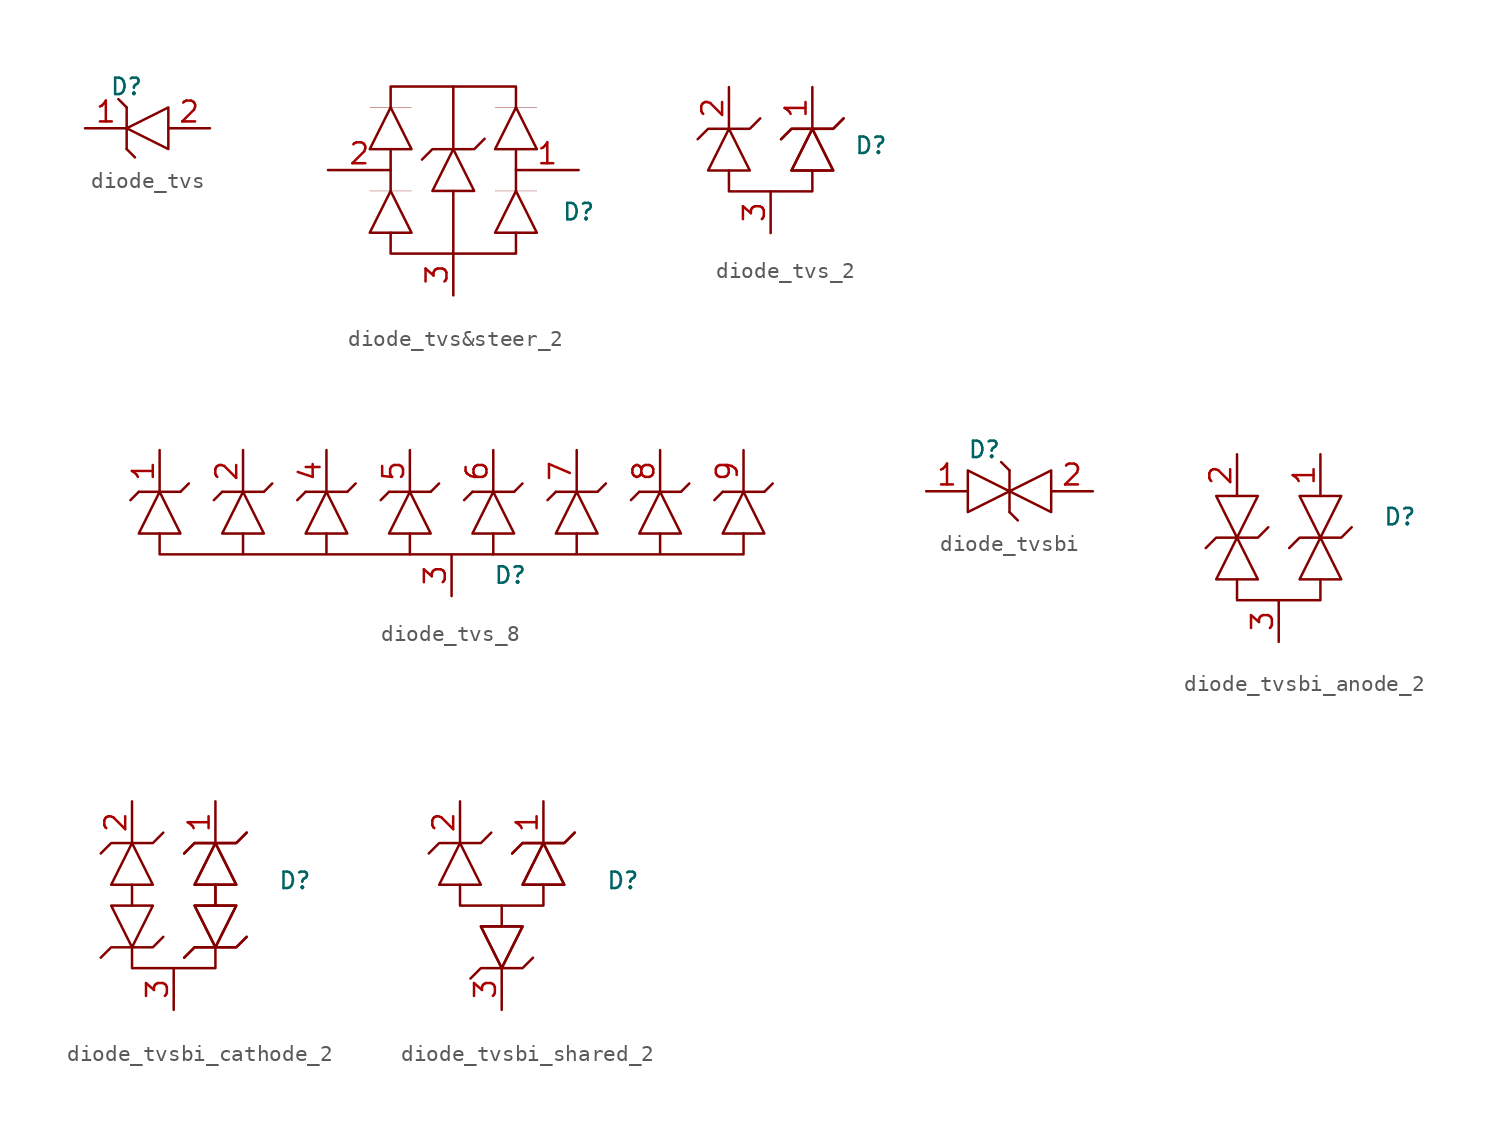
<source format=kicad_sym>
(kicad_symbol_lib
  (version 20231120)
  (generator "kicad_symbol_editor")
  (generator_version "8.0")
  (symbol "diode_tvs"
    (property "Reference" "D"
      (at -0.254 2.54 0)
      (do_not_autoplace)
      (effects (font (size 1 1)) (justify right)))
    (symbol "diode_tvs_0_1"
      (polyline (pts (xy -1.27 -1.27) (xy -0.762 -1.778)) (stroke (width 0) (type default)) (fill (type none)))
      (polyline (pts (xy -1.27 1.27) (xy -1.778 1.778)) (stroke (width 0) (type default)) (fill (type none)))
      (polyline (pts (xy -1.27 1.27) (xy -1.27 -1.27)) (stroke (width 0) (type default)) (fill (type none)))
      (polyline (pts (xy 1.27 1.27) (xy 1.27 -1.27) (xy -1.27 0) (xy 1.27 1.27)) (stroke (width 0) (type default)) (fill (type none))))
    (symbol "diode_tvs_1_1"
      (pin passive line (at -3.81 0 0) (length 2.54) (name "~" (effects (font (size 1.27 1.27)))) (number "1" (effects (font (size 1.27 1.27)))))
      (pin passive line (at 3.81 0 180) (length 2.54) (name "~" (effects (font (size 1.27 1.27)))) (number "2" (effects (font (size 1.27 1.27)))))))
  (symbol "diode_tvs&steer_2"
    (property "Reference" "D"
      (at 7.62 -2.54 0)
      (effects (font (size 1 1))))
    (symbol "diode_tvs&steer_2_0_1"
      (polyline (pts (xy -5.08 -1.27) (xy -2.54 -1.27)) (stroke (width 0.001) (type default)) (fill (type none)))
      (polyline (pts (xy -5.08 3.81) (xy -2.54 3.81)) (stroke (width 0.001) (type default)) (fill (type none)))
      (polyline (pts (xy -3.81 -1.27) (xy -3.81 1.27)) (stroke (width 0) (type default)) (fill (type none)))
      (polyline (pts (xy 0 -1.27) (xy 0 -5.08)) (stroke (width 0) (type default)) (fill (type none)))
      (polyline (pts (xy 0 1.27) (xy 0 5.08)) (stroke (width 0) (type default)) (fill (type none)))
      (polyline (pts (xy 2.54 -1.27) (xy 5.08 -1.27)) (stroke (width 0.001) (type default)) (fill (type none)))
      (polyline (pts (xy 2.54 3.81) (xy 5.08 3.81)) (stroke (width 0.001) (type default)) (fill (type none)))
      (polyline (pts (xy 3.81 -1.27) (xy 3.81 1.27)) (stroke (width 0) (type default)) (fill (type none)))
      (polyline (pts (xy -3.81 -3.81) (xy -3.81 -5.08) (xy 3.81 -5.08) (xy 3.81 -3.81)) (stroke (width 0) (type default)) (fill (type none)))
      (polyline (pts (xy -3.81 3.81) (xy -3.81 5.08) (xy 3.81 5.08) (xy 3.81 3.81)) (stroke (width 0) (type default)) (fill (type none)))
      (polyline (pts (xy -2.54 -3.81) (xy -5.08 -3.81) (xy -3.81 -1.27) (xy -2.54 -3.81)) (stroke (width 0) (type default)) (fill (type none)))
      (polyline (pts (xy -2.54 1.27) (xy -5.08 1.27) (xy -3.81 3.81) (xy -2.54 1.27)) (stroke (width 0) (type default)) (fill (type none)))
      (polyline (pts (xy -1.905 0.635) (xy -1.27 1.27) (xy 1.27 1.27) (xy 1.905 1.905)) (stroke (width 0) (type default)) (fill (type none)))
      (polyline (pts (xy 0 1.27) (xy -1.27 -1.27) (xy 1.27 -1.27) (xy 0 1.27)) (stroke (width 0) (type default)) (fill (type none)))
      (polyline (pts (xy 5.08 -3.81) (xy 2.54 -3.81) (xy 3.81 -1.27) (xy 5.08 -3.81)) (stroke (width 0) (type default)) (fill (type none)))
      (polyline (pts (xy 5.08 1.27) (xy 2.54 1.27) (xy 3.81 3.81) (xy 5.08 1.27)) (stroke (width 0) (type default)) (fill (type none))))
    (symbol "diode_tvs&steer_2_1_1"
      (pin passive line (at 7.62 0 180) (length 3.81) (name "~" (effects (font (size 1.27 1.27)))) (number "1" (effects (font (size 1.27 1.27)))))
      (pin passive line (at -7.62 0 0) (length 3.81) (name "~" (effects (font (size 1.27 1.27)))) (number "2" (effects (font (size 1.27 1.27)))))
      (pin passive line (at 0 -7.62 90) (length 2.54) (name "~" (effects (font (size 1.27 1.27)))) (number "3" (effects (font (size 1.27 1.27)))))))
  (symbol "diode_tvs_2"
    (pin_names hide)
    (property "Reference" "D"
      (at 5.08 1.524 0)
      (do_not_autoplace)
      (effects (font (size 1 1)) (justify left)))
    (symbol "diode_tvs_2_0_1"
      (polyline (pts (xy -4.445 1.905) (xy -3.81 2.54) (xy -1.27 2.54) (xy -0.635 3.175)) (stroke (width 0) (type default)) (fill (type none)))
      (polyline (pts (xy -2.54 0) (xy -2.54 -1.27) (xy 2.54 -1.27) (xy 2.54 0)) (stroke (width 0) (type default)) (fill (type none)))
      (polyline (pts (xy -2.54 2.54) (xy -3.81 0) (xy -1.27 0) (xy -2.54 2.54)) (stroke (width 0) (type default)) (fill (type none)))
      (polyline (pts (xy 0.635 1.905) (xy 1.27 2.54) (xy 3.81 2.54) (xy 4.445 3.175)) (stroke (width 0) (type default)) (fill (type none)))
      (polyline (pts (xy 0.635 1.905) (xy 1.27 2.54) (xy 3.81 2.54) (xy 4.445 3.175)) (stroke (width 0) (type default)) (fill (type none)))
      (polyline (pts (xy 2.54 2.54) (xy 1.27 0) (xy 3.81 0) (xy 2.54 2.54)) (stroke (width 0) (type default)) (fill (type none)))
      (polyline (pts (xy 2.54 2.54) (xy 1.27 0) (xy 3.81 0) (xy 2.54 2.54)) (stroke (width 0) (type default)) (fill (type none))))
    (symbol "diode_tvs_2_1_1"
      (pin passive line (at 2.54 5.08 270) (length 2.54) (name "C1" (effects (font (size 1.27 1.27)))) (number "1" (effects (font (size 1.27 1.27)))))
      (pin passive line (at -2.54 5.08 270) (length 2.54) (name "C2" (effects (font (size 1.27 1.27)))) (number "2" (effects (font (size 1.27 1.27)))))
      (pin passive line (at 0 -3.81 90) (length 2.54) (name "COM" (effects (font (size 1.27 1.27)))) (number "3" (effects (font (size 1.27 1.27)))))))
  (symbol "diode_tvs_8"
    (property "Reference" "D"
      (at 2.54 -3.81 0)
      (do_not_autoplace)
      (effects (font (size 1 1)) (justify left)))
    (symbol "diode_tvs_8_0_1"
      (polyline (pts (xy -19.05 1.27) (xy -19.558 0.762)) (stroke (width 0) (type default)) (fill (type none)))
      (polyline (pts (xy -16.51 1.27) (xy -19.05 1.27)) (stroke (width 0) (type default)) (fill (type none)))
      (polyline (pts (xy -16.51 1.27) (xy -16.002 1.778)) (stroke (width 0) (type default)) (fill (type none)))
      (polyline (pts (xy -13.97 1.27) (xy -14.478 0.762)) (stroke (width 0) (type default)) (fill (type none)))
      (polyline (pts (xy -11.43 1.27) (xy -13.97 1.27)) (stroke (width 0) (type default)) (fill (type none)))
      (polyline (pts (xy -11.43 1.27) (xy -10.922 1.778)) (stroke (width 0) (type default)) (fill (type none)))
      (polyline (pts (xy -8.89 1.27) (xy -9.398 0.762)) (stroke (width 0) (type default)) (fill (type none)))
      (polyline (pts (xy -6.35 1.27) (xy -8.89 1.27)) (stroke (width 0) (type default)) (fill (type none)))
      (polyline (pts (xy -6.35 1.27) (xy -5.842 1.778)) (stroke (width 0) (type default)) (fill (type none)))
      (polyline (pts (xy -3.81 1.27) (xy -4.318 0.762)) (stroke (width 0) (type default)) (fill (type none)))
      (polyline (pts (xy -1.27 1.27) (xy -3.81 1.27)) (stroke (width 0) (type default)) (fill (type none)))
      (polyline (pts (xy -1.27 1.27) (xy -0.762 1.778)) (stroke (width 0) (type default)) (fill (type none)))
      (polyline (pts (xy 1.27 1.27) (xy 0.762 0.762)) (stroke (width 0) (type default)) (fill (type none)))
      (polyline (pts (xy 3.81 1.27) (xy 1.27 1.27)) (stroke (width 0) (type default)) (fill (type none)))
      (polyline (pts (xy 3.81 1.27) (xy 4.318 1.778)) (stroke (width 0) (type default)) (fill (type none)))
      (polyline (pts (xy 6.35 1.27) (xy 5.842 0.762)) (stroke (width 0) (type default)) (fill (type none)))
      (polyline (pts (xy 8.89 1.27) (xy 6.35 1.27)) (stroke (width 0) (type default)) (fill (type none)))
      (polyline (pts (xy 8.89 1.27) (xy 9.398 1.778)) (stroke (width 0) (type default)) (fill (type none)))
      (polyline (pts (xy 11.43 1.27) (xy 10.922 0.762)) (stroke (width 0) (type default)) (fill (type none)))
      (polyline (pts (xy 13.97 1.27) (xy 11.43 1.27)) (stroke (width 0) (type default)) (fill (type none)))
      (polyline (pts (xy 13.97 1.27) (xy 14.478 1.778)) (stroke (width 0) (type default)) (fill (type none)))
      (polyline (pts (xy 16.51 1.27) (xy 16.002 0.762)) (stroke (width 0) (type default)) (fill (type none)))
      (polyline (pts (xy 19.05 1.27) (xy 16.51 1.27)) (stroke (width 0) (type default)) (fill (type none)))
      (polyline (pts (xy 19.05 1.27) (xy 19.558 1.778)) (stroke (width 0) (type default)) (fill (type none)))
      (polyline (pts (xy -16.51 -1.27) (xy -19.05 -1.27) (xy -17.78 1.27) (xy -16.51 -1.27)) (stroke (width 0) (type default)) (fill (type none)))
      (polyline (pts (xy -11.43 -1.27) (xy -13.97 -1.27) (xy -12.7 1.27) (xy -11.43 -1.27)) (stroke (width 0) (type default)) (fill (type none)))
      (polyline (pts (xy -6.35 -1.27) (xy -8.89 -1.27) (xy -7.62 1.27) (xy -6.35 -1.27)) (stroke (width 0) (type default)) (fill (type none)))
      (polyline (pts (xy -2.54 -1.27) (xy -2.54 -2.54) (xy 2.54 -2.54) (xy 2.54 -1.27)) (stroke (width 0) (type default)) (fill (type none)))
      (polyline (pts (xy -1.27 -1.27) (xy -3.81 -1.27) (xy -2.54 1.27) (xy -1.27 -1.27)) (stroke (width 0) (type default)) (fill (type none)))
      (polyline (pts (xy 3.81 -1.27) (xy 1.27 -1.27) (xy 2.54 1.27) (xy 3.81 -1.27)) (stroke (width 0) (type default)) (fill (type none)))
      (polyline (pts (xy 8.89 -1.27) (xy 6.35 -1.27) (xy 7.62 1.27) (xy 8.89 -1.27)) (stroke (width 0) (type default)) (fill (type none)))
      (polyline (pts (xy 13.97 -1.27) (xy 11.43 -1.27) (xy 12.7 1.27) (xy 13.97 -1.27)) (stroke (width 0) (type default)) (fill (type none)))
      (polyline (pts (xy 19.05 -1.27) (xy 16.51 -1.27) (xy 17.78 1.27) (xy 19.05 -1.27)) (stroke (width 0) (type default)) (fill (type none)))
      (polyline (pts (xy -2.54 -2.54) (xy -7.62 -2.54) (xy -7.62 -1.27) (xy -7.62 -2.54) (xy -12.7 -2.54) (xy -12.7 -1.27) (xy -12.7 -2.54) (xy -17.78 -2.54) (xy -17.78 -1.27)) (stroke (width 0) (type default)) (fill (type none)))
      (polyline (pts (xy 2.54 -2.54) (xy 7.62 -2.54) (xy 7.62 -1.27) (xy 7.62 -2.54) (xy 12.7 -2.54) (xy 12.7 -1.27) (xy 12.7 -2.54) (xy 17.78 -2.54) (xy 17.78 -1.27)) (stroke (width 0) (type default)) (fill (type none)))
      (pin passive line (at -17.78 3.81 270) (length 2.54) (name "~" (effects (font (size 1.27 1.27)))) (number "1" (effects (font (size 1.27 1.27)))))
      (pin passive line (at -12.7 3.81 270) (length 2.54) (name "~" (effects (font (size 1.27 1.27)))) (number "2" (effects (font (size 1.27 1.27)))))
      (pin passive line (at -7.62 3.81 270) (length 2.54) (name "~" (effects (font (size 1.27 1.27)))) (number "4" (effects (font (size 1.27 1.27)))))
      (pin passive line (at 2.54 3.81 270) (length 2.54) (name "~" (effects (font (size 1.27 1.27)))) (number "6" (effects (font (size 1.27 1.27)))))
      (pin passive line (at 7.62 3.81 270) (length 2.54) (name "~" (effects (font (size 1.27 1.27)))) (number "7" (effects (font (size 1.27 1.27)))))
      (pin passive line (at 12.7 3.81 270) (length 2.54) (name "~" (effects (font (size 1.27 1.27)))) (number "8" (effects (font (size 1.27 1.27)))))
      (pin passive line (at 17.78 3.81 270) (length 2.54) (name "~" (effects (font (size 1.27 1.27)))) (number "9" (effects (font (size 1.27 1.27))))))
    (symbol "diode_tvs_8_1_1"
      (pin passive line (at 0 -5.08 90) (length 2.54) (name "~" (effects (font (size 1.27 1.27)))) (number "3" (effects (font (size 1.27 1.27)))))
      (pin passive line (at -2.54 3.81 270) (length 2.54) (name "~" (effects (font (size 1.27 1.27)))) (number "5" (effects (font (size 1.27 1.27)))))))
  (symbol "diode_tvsbi"
    (pin_names hide)
    (property "Reference" "D"
      (at -0.508 2.54 0)
      (do_not_autoplace)
      (effects (font (size 1 1)) (justify right)))
    (symbol "diode_tvsbi_0_1"
      (polyline (pts (xy 0 -1.27) (xy 0.508 -1.778)) (stroke (width 0) (type default)) (fill (type none)))
      (polyline (pts (xy 0 1.27) (xy -0.508 1.778)) (stroke (width 0) (type default)) (fill (type none)))
      (polyline (pts (xy 0 1.27) (xy 0 -1.27)) (stroke (width 0) (type default)) (fill (type none)))
      (polyline (pts (xy -2.54 1.27) (xy -2.54 -1.27) (xy 0 0) (xy -2.54 1.27)) (stroke (width 0) (type default)) (fill (type none)))
      (polyline (pts (xy 2.54 1.27) (xy 2.54 -1.27) (xy 0 0) (xy 2.54 1.27)) (stroke (width 0) (type default)) (fill (type none))))
    (symbol "diode_tvsbi_1_1"
      (pin passive line (at -5.08 0 0) (length 2.54) (name "~" (effects (font (size 1.27 1.27)))) (number "1" (effects (font (size 1.27 1.27)))))
      (pin passive line (at 5.08 0 180) (length 2.54) (name "~" (effects (font (size 1.27 1.27)))) (number "2" (effects (font (size 1.27 1.27)))))))
  (symbol "diode_tvsbi_anode_2"
    (pin_names hide)
    (property "Reference" "D"
      (at 6.35 1.27 0)
      (do_not_autoplace)
      (effects (font (size 1 1)) (justify left)))
    (symbol "diode_tvsbi_anode_2_0_1"
      (polyline (pts (xy -4.445 -0.635) (xy -3.81 0) (xy -1.27 0) (xy -0.635 0.635)) (stroke (width 0) (type default)) (fill (type none)))
      (polyline (pts (xy -2.54 -2.54) (xy -2.54 -3.81) (xy 2.54 -3.81) (xy 2.54 -2.54)) (stroke (width 0) (type default)) (fill (type none)))
      (polyline (pts (xy -2.54 0) (xy -1.27 2.54) (xy -3.81 2.54) (xy -2.54 0)) (stroke (width 0) (type default)) (fill (type none)))
      (polyline (pts (xy -1.27 -2.54) (xy -3.81 -2.54) (xy -2.54 0) (xy -1.27 -2.54)) (stroke (width 0) (type default)) (fill (type none)))
      (polyline (pts (xy 0.635 -0.635) (xy 1.27 0) (xy 3.81 0) (xy 4.445 0.635)) (stroke (width 0) (type default)) (fill (type none)))
      (polyline (pts (xy 2.54 0) (xy 3.81 2.54) (xy 1.27 2.54) (xy 2.54 0)) (stroke (width 0) (type default)) (fill (type none)))
      (polyline (pts (xy 3.81 -2.54) (xy 1.27 -2.54) (xy 2.54 0) (xy 3.81 -2.54)) (stroke (width 0) (type default)) (fill (type none))))
    (symbol "diode_tvsbi_anode_2_1_1"
      (pin passive line (at 2.54 5.08 270) (length 2.54) (name "D1" (effects (font (size 1.27 1.27)))) (number "1" (effects (font (size 1.27 1.27)))))
      (pin passive line (at -2.54 5.08 270) (length 2.54) (name "D2" (effects (font (size 1.27 1.27)))) (number "2" (effects (font (size 1.27 1.27)))))
      (pin passive line (at 0 -6.35 90) (length 2.54) (name "COM" (effects (font (size 1.27 1.27)))) (number "3" (effects (font (size 1.27 1.27)))))))
  (symbol "diode_tvsbi_cathode_2"
    (property "Reference" "D"
      (at 6.35 1.524 0)
      (do_not_autoplace)
      (effects (font (size 1 1)) (justify left)))
    (symbol "diode_tvsbi_cathode_2_0_1"
      (polyline (pts (xy -2.54 1.27) (xy -2.54 0)) (stroke (width 0) (type default)) (fill (type none)))
      (polyline (pts (xy 2.54 1.27) (xy 2.54 0)) (stroke (width 0) (type default)) (fill (type none)))
      (polyline (pts (xy 2.54 1.27) (xy 2.54 0)) (stroke (width 0) (type default)) (fill (type none)))
      (polyline (pts (xy -4.445 -3.175) (xy -3.81 -2.54) (xy -1.27 -2.54) (xy -0.635 -1.905)) (stroke (width 0) (type default)) (fill (type none)))
      (polyline (pts (xy -4.445 3.175) (xy -3.81 3.81) (xy -1.27 3.81) (xy -0.635 4.445)) (stroke (width 0) (type default)) (fill (type none)))
      (polyline (pts (xy -3.81 0) (xy -1.27 0) (xy -2.54 -2.54) (xy -3.81 0)) (stroke (width 0) (type default)) (fill (type none)))
      (polyline (pts (xy -2.54 -2.54) (xy -2.54 -3.81) (xy 2.54 -3.81) (xy 2.54 -2.54)) (stroke (width 0) (type default)) (fill (type none)))
      (polyline (pts (xy -2.54 3.81) (xy -3.81 1.27) (xy -1.27 1.27) (xy -2.54 3.81)) (stroke (width 0) (type default)) (fill (type none)))
      (polyline (pts (xy 0.635 -3.175) (xy 1.27 -2.54) (xy 3.81 -2.54) (xy 4.445 -1.905)) (stroke (width 0) (type default)) (fill (type none)))
      (polyline (pts (xy 0.635 -3.175) (xy 1.27 -2.54) (xy 3.81 -2.54) (xy 4.445 -1.905)) (stroke (width 0) (type default)) (fill (type none)))
      (polyline (pts (xy 0.635 3.175) (xy 1.27 3.81) (xy 3.81 3.81) (xy 4.445 4.445)) (stroke (width 0) (type default)) (fill (type none)))
      (polyline (pts (xy 0.635 3.175) (xy 1.27 3.81) (xy 3.81 3.81) (xy 4.445 4.445)) (stroke (width 0) (type default)) (fill (type none)))
      (polyline (pts (xy 1.27 0) (xy 3.81 0) (xy 2.54 -2.54) (xy 1.27 0)) (stroke (width 0) (type default)) (fill (type none)))
      (polyline (pts (xy 1.27 0) (xy 3.81 0) (xy 2.54 -2.54) (xy 1.27 0)) (stroke (width 0) (type default)) (fill (type none)))
      (polyline (pts (xy 2.54 3.81) (xy 1.27 1.27) (xy 3.81 1.27) (xy 2.54 3.81)) (stroke (width 0) (type default)) (fill (type none)))
      (polyline (pts (xy 2.54 3.81) (xy 1.27 1.27) (xy 3.81 1.27) (xy 2.54 3.81)) (stroke (width 0) (type default)) (fill (type none))))
    (symbol "diode_tvsbi_cathode_2_1_1"
      (pin passive line (at 2.54 6.35 270) (length 2.54) (name "~" (effects (font (size 1.27 1.27)))) (number "1" (effects (font (size 1.27 1.27)))))
      (pin passive line (at -2.54 6.35 270) (length 2.54) (name "~" (effects (font (size 1.27 1.27)))) (number "2" (effects (font (size 1.27 1.27)))))
      (pin passive line (at 0 -6.35 90) (length 2.54) (name "~" (effects (font (size 1.27 1.27)))) (number "3" (effects (font (size 1.27 1.27)))))))
  (symbol "diode_tvsbi_shared_2"
    (property "Reference" "D"
      (at 6.35 1.524 0)
      (do_not_autoplace)
      (effects (font (size 1 1)) (justify left)))
    (symbol "diode_tvsbi_shared_2_0_1"
      (polyline (pts (xy 0 -1.27) (xy 0 0)) (stroke (width 0.152) (type default)) (fill (type none)))
      (polyline (pts (xy -4.445 3.175) (xy -3.81 3.81) (xy -1.27 3.81) (xy -0.635 4.445)) (stroke (width 0) (type default)) (fill (type none)))
      (polyline (pts (xy -2.54 1.27) (xy -2.54 0) (xy 2.54 0) (xy 2.54 1.27)) (stroke (width 0) (type default)) (fill (type none)))
      (polyline (pts (xy -2.54 3.81) (xy -3.81 1.27) (xy -1.27 1.27) (xy -2.54 3.81)) (stroke (width 0) (type default)) (fill (type none)))
      (polyline (pts (xy -1.905 -4.445) (xy -1.27 -3.81) (xy 1.27 -3.81) (xy 1.905 -3.175)) (stroke (width 0) (type default)) (fill (type none)))
      (polyline (pts (xy -1.27 -1.27) (xy 1.27 -1.27) (xy 0 -3.81) (xy -1.27 -1.27)) (stroke (width 0) (type default)) (fill (type none)))
      (polyline (pts (xy -1.27 -1.27) (xy 1.27 -1.27) (xy 0 -3.81) (xy -1.27 -1.27)) (stroke (width 0) (type default)) (fill (type none)))
      (polyline (pts (xy 0.635 3.175) (xy 1.27 3.81) (xy 3.81 3.81) (xy 4.445 4.445)) (stroke (width 0) (type default)) (fill (type none)))
      (polyline (pts (xy 0.635 3.175) (xy 1.27 3.81) (xy 3.81 3.81) (xy 4.445 4.445)) (stroke (width 0) (type default)) (fill (type none)))
      (polyline (pts (xy 2.54 3.81) (xy 1.27 1.27) (xy 3.81 1.27) (xy 2.54 3.81)) (stroke (width 0) (type default)) (fill (type none)))
      (polyline (pts (xy 2.54 3.81) (xy 1.27 1.27) (xy 3.81 1.27) (xy 2.54 3.81)) (stroke (width 0) (type default)) (fill (type none))))
    (symbol "diode_tvsbi_shared_2_1_1"
      (pin passive line (at 2.54 6.35 270) (length 2.54) (name "~" (effects (font (size 1.27 1.27)))) (number "1" (effects (font (size 1.27 1.27)))))
      (pin passive line (at -2.54 6.35 270) (length 2.54) (name "~" (effects (font (size 1.27 1.27)))) (number "2" (effects (font (size 1.27 1.27)))))
      (pin passive line (at 0 -6.35 90) (length 2.54) (name "~" (effects (font (size 1.27 1.27)))) (number "3" (effects (font (size 1.27 1.27))))))))
</source>
